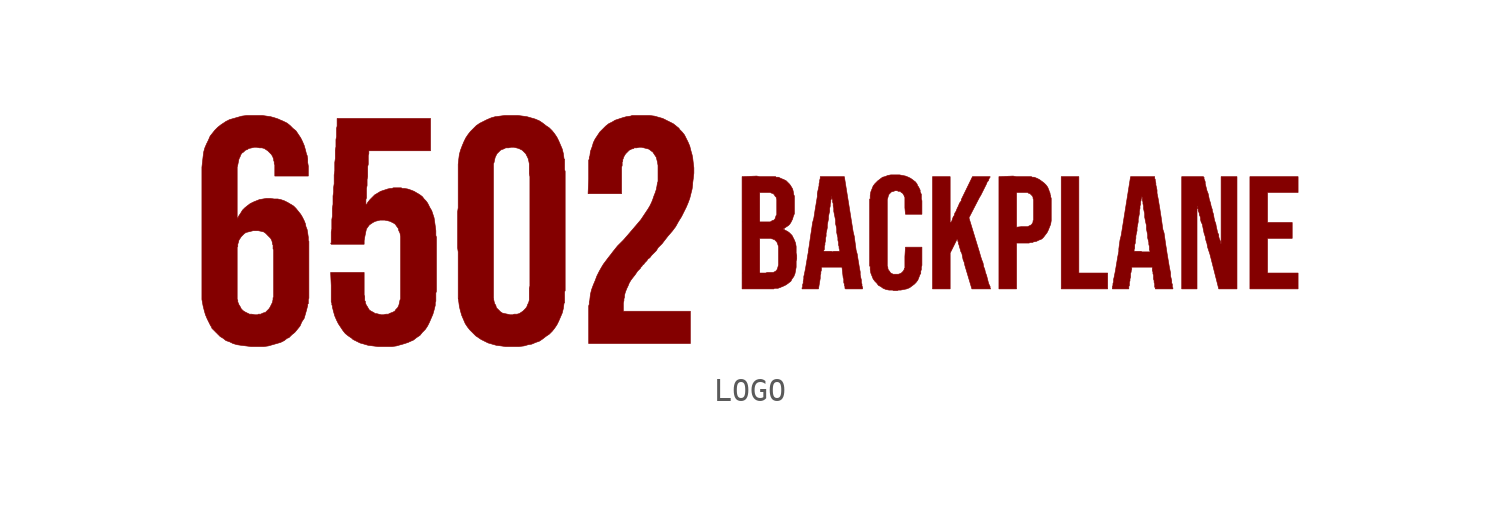
<source format=kicad_sym>
(kicad_symbol_lib
  (version 20231120)
  (generator "kicad_symbol_editor")
  (generator_version "8.0")
  (symbol "LOGO"
    (pin_names
      (offset 1.016))
    (property "Reference" "#G"
      (at 0 -4.242 0)
      (effects (font (size 1.524 1.524)) (hide yes)))
    (symbol "LOGO_0_0"
      (polyline (pts (xy 14.148 -1.803) (xy 12.903 -1.803) (xy 12.903 2.362) (xy 12.141 2.362) (xy 12.141 -2.489) (xy 14.148 -2.489) (xy 14.148 -1.803)) (stroke (width 0.025) (type solid)) (fill (type outline)))
      (polyline (pts (xy 22.377 -1.803) (xy 21.057 -1.803) (xy 21.057 -0.305) (xy 22.123 -0.305) (xy 22.123 0.381) (xy 21.057 0.381) (xy 21.057 1.676) (xy 22.377 1.676) (xy 22.377 2.362) (xy 20.295 2.362) (xy 20.295 -2.489) (xy 22.377 -2.489) (xy 22.377 -1.803)) (stroke (width 0.025) (type solid)) (fill (type outline)))
      (polyline (pts (xy 10.211 -0.508) (xy 10.744 -0.508) (xy 10.82 -0.483) (xy 10.897 -0.483) (xy 10.947 -0.457) (xy 11.074 -0.432) (xy 11.176 -0.381) (xy 11.303 -0.33) (xy 11.379 -0.254) (xy 11.532 -0.051) (xy 11.582 0.051) (xy 11.684 0.305) (xy 11.709 0.457) (xy 11.709 1.422) (xy 11.684 1.499) (xy 11.684 1.549) (xy 11.659 1.6) (xy 11.659 1.651) (xy 11.633 1.702) (xy 11.608 1.778) (xy 11.557 1.905) (xy 11.481 2.007) (xy 11.405 2.083) (xy 11.201 2.235) (xy 11.1 2.286) (xy 10.973 2.337) (xy 10.897 2.337) (xy 10.846 2.362) (xy 10.211 2.362) (xy 10.058 2.388) (xy 9.449 2.362) (xy 9.449 1.676) (xy 10.211 1.676) (xy 10.693 1.676) (xy 10.719 1.651) (xy 10.795 1.626) (xy 10.897 1.524) (xy 10.922 1.473) (xy 10.922 1.422) (xy 10.947 1.372) (xy 10.947 0.483) (xy 10.922 0.457) (xy 10.922 0.381) (xy 10.897 0.356) (xy 10.871 0.305) (xy 10.846 0.279) (xy 10.693 0.203) (xy 10.439 0.203) (xy 10.211 0.178) (xy 10.211 1.676) (xy 9.449 1.676) (xy 9.449 -2.489) (xy 10.211 -2.489) (xy 10.211 -0.508)) (stroke (width 0.025) (type solid)) (fill (type outline)))
      (polyline (pts (xy 18.009 1.067) (xy 18.034 1.067) (xy 18.034 0.991) (xy 18.059 0.965) (xy 18.059 0.889) (xy 18.085 0.838) (xy 18.11 0.762) (xy 18.11 0.711) (xy 18.136 0.66) (xy 18.161 0.584) (xy 18.161 0.508) (xy 18.186 0.406) (xy 18.237 0.305) (xy 18.313 -0.076) (xy 18.364 -0.229) (xy 18.39 -0.381) (xy 18.44 -0.533) (xy 18.466 -0.686) (xy 18.567 -0.991) (xy 18.948 -2.489) (xy 19.736 -2.489) (xy 19.736 2.362) (xy 19.05 2.362) (xy 19.05 -0.533) (xy 19.025 -0.508) (xy 19.025 -0.457) (xy 18.999 -0.381) (xy 18.974 -0.33) (xy 18.948 -0.229) (xy 18.948 -0.152) (xy 18.898 -0.051) (xy 18.872 0.076) (xy 18.847 0.178) (xy 18.821 0.33) (xy 18.771 0.457) (xy 18.745 0.584) (xy 18.72 0.737) (xy 18.669 0.889) (xy 18.669 0.94) (xy 18.618 1.092) (xy 18.593 1.219) (xy 18.542 1.372) (xy 18.491 1.626) (xy 18.44 1.753) (xy 18.364 2.057) (xy 18.364 2.134) (xy 18.339 2.21) (xy 18.313 2.261) (xy 18.313 2.337) (xy 18.288 2.337) (xy 18.288 2.362) (xy 17.348 2.362) (xy 17.348 -2.489) (xy 18.009 -2.489) (xy 18.009 1.067)) (stroke (width 0.025) (type solid)) (fill (type outline)))
      (polyline (pts (xy 7.341 -0.94) (xy 7.645 -0.33) (xy 7.671 -0.381) (xy 7.671 -0.432) (xy 7.696 -0.457) (xy 7.696 -0.533) (xy 7.722 -0.584) (xy 7.747 -0.686) (xy 7.772 -0.762) (xy 7.798 -0.864) (xy 7.849 -0.965) (xy 7.899 -1.219) (xy 7.95 -1.346) (xy 7.976 -1.473) (xy 8.28 -2.489) (xy 9.093 -2.489) (xy 9.068 -2.464) (xy 9.068 -2.388) (xy 9.017 -2.286) (xy 8.992 -2.21) (xy 8.915 -1.905) (xy 8.865 -1.778) (xy 8.839 -1.651) (xy 8.788 -1.524) (xy 8.763 -1.372) (xy 8.712 -1.245) (xy 8.661 -1.092) (xy 8.611 -0.914) (xy 8.153 0.584) (xy 8.611 1.473) (xy 8.661 1.549) (xy 8.915 2.057) (xy 8.941 2.134) (xy 8.992 2.184) (xy 9.017 2.261) (xy 9.042 2.311) (xy 9.068 2.337) (xy 9.068 2.362) (xy 8.306 2.362) (xy 7.823 1.372) (xy 7.823 1.321) (xy 7.747 1.219) (xy 7.696 1.092) (xy 7.645 0.991) (xy 7.595 0.864) (xy 7.544 0.787) (xy 7.518 0.686) (xy 7.468 0.61) (xy 7.417 0.457) (xy 7.391 0.406) (xy 7.341 0.356) (xy 7.341 2.362) (xy 6.579 2.362) (xy 6.579 -2.489) (xy 7.341 -2.489) (xy 7.341 -0.94)) (stroke (width 0.025) (type solid)) (fill (type outline)))
      (polyline (pts (xy -0.254 -2.464) (xy -0.102 -2.464) (xy 0.152 -2.362) (xy 0.254 -2.311) (xy 0.457 -2.159) (xy 0.508 -2.057) (xy 0.584 -1.956) (xy 0.635 -1.829) (xy 0.66 -1.702) (xy 0.686 -1.549) (xy 0.686 -1.295) (xy 0.711 -1.194) (xy 0.711 -1.041) (xy 0.686 -0.94) (xy 0.686 -0.66) (xy 0.66 -0.508) (xy 0.61 -0.381) (xy 0.508 -0.178) (xy 0.381 -0.051) (xy 0.305 0) (xy 0.203 0.051) (xy 0.178 0.076) (xy 0.152 0.076) (xy 0.127 0.102) (xy 0.152 0.127) (xy 0.178 0.127) (xy 0.203 0.152) (xy 0.356 0.254) (xy 0.406 0.305) (xy 0.457 0.381) (xy 0.533 0.533) (xy 0.559 0.635) (xy 0.61 0.762) (xy 0.61 1.524) (xy 0.584 1.575) (xy 0.559 1.727) (xy 0.533 1.829) (xy 0.457 1.956) (xy 0.406 2.032) (xy 0.254 2.184) (xy 0.152 2.235) (xy 0.025 2.286) (xy -0.076 2.337) (xy -0.178 2.337) (xy -0.203 2.362) (xy -0.889 2.362) (xy -1.016 2.388) (xy -1.651 2.362) (xy -1.651 0.406) (xy -0.889 0.406) (xy -0.889 1.676) (xy -0.432 1.676) (xy -0.381 1.651) (xy -0.305 1.626) (xy -0.254 1.575) (xy -0.229 1.524) (xy -0.178 1.473) (xy -0.152 1.372) (xy -0.152 0.711) (xy -0.178 0.686) (xy -0.229 0.533) (xy -0.279 0.483) (xy -0.356 0.457) (xy -0.432 0.406) (xy -0.889 0.406) (xy -1.651 0.406) (xy -1.651 -1.803) (xy -0.889 -1.803) (xy -0.889 -0.305) (xy -0.406 -0.305) (xy -0.356 -0.33) (xy -0.33 -0.33) (xy -0.279 -0.356) (xy -0.254 -0.356) (xy -0.152 -0.457) (xy -0.127 -0.508) (xy -0.076 -0.66) (xy -0.076 -1.448) (xy -0.102 -1.549) (xy -0.127 -1.626) (xy -0.152 -1.676) (xy -0.203 -1.727) (xy -0.305 -1.778) (xy -0.559 -1.778) (xy -0.635 -1.803) (xy -0.889 -1.803) (xy -1.651 -1.803) (xy -1.651 -2.489) (xy -0.279 -2.489) (xy -0.254 -2.464)) (stroke (width 0.025) (type solid)) (fill (type outline)))
      (polyline (pts (xy 5.105 -2.54) (xy 5.207 -2.54) (xy 5.461 -2.489) (xy 5.588 -2.438) (xy 5.791 -2.286) (xy 5.867 -2.21) (xy 5.944 -2.108) (xy 6.045 -1.854) (xy 6.071 -1.829) (xy 6.071 -1.727) (xy 6.096 -1.651) (xy 6.096 -1.549) (xy 6.121 -1.473) (xy 6.121 -0.686) (xy 5.41 -0.686) (xy 5.385 -1.092) (xy 5.385 -1.6) (xy 5.359 -1.6) (xy 5.359 -1.651) (xy 5.334 -1.676) (xy 5.334 -1.702) (xy 5.232 -1.803) (xy 5.182 -1.829) (xy 5.105 -1.854) (xy 4.877 -1.854) (xy 4.775 -1.803) (xy 4.75 -1.778) (xy 4.724 -1.727) (xy 4.674 -1.676) (xy 4.648 -1.6) (xy 4.648 -1.549) (xy 4.623 -1.499) (xy 4.623 1.372) (xy 4.648 1.448) (xy 4.674 1.549) (xy 4.699 1.6) (xy 4.801 1.702) (xy 4.877 1.727) (xy 4.902 1.727) (xy 4.953 1.753) (xy 5.055 1.753) (xy 5.105 1.727) (xy 5.182 1.727) (xy 5.232 1.676) (xy 5.283 1.651) (xy 5.334 1.575) (xy 5.359 1.524) (xy 5.359 1.499) (xy 5.385 1.473) (xy 5.385 1.016) (xy 5.41 0.737) (xy 6.121 0.737) (xy 6.121 1.321) (xy 6.096 1.397) (xy 6.096 1.6) (xy 6.045 1.702) (xy 6.045 1.778) (xy 5.969 1.93) (xy 5.944 1.956) (xy 5.918 2.007) (xy 5.918 2.032) (xy 5.842 2.134) (xy 5.639 2.286) (xy 5.537 2.337) (xy 5.41 2.388) (xy 5.156 2.438) (xy 4.775 2.438) (xy 4.648 2.413) (xy 4.521 2.362) (xy 4.42 2.337) (xy 4.216 2.184) (xy 4.089 2.057) (xy 4.013 1.956) (xy 3.912 1.702) (xy 3.886 1.549) (xy 3.886 1.397) (xy 3.861 1.397) (xy 3.861 -1.499) (xy 3.886 -1.524) (xy 3.886 -1.651) (xy 3.912 -1.803) (xy 4.013 -2.057) (xy 4.089 -2.159) (xy 4.166 -2.235) (xy 4.242 -2.337) (xy 4.343 -2.388) (xy 4.445 -2.464) (xy 4.572 -2.515) (xy 4.699 -2.54) (xy 4.851 -2.54) (xy 4.902 -2.565) (xy 5.055 -2.565) (xy 5.105 -2.54)) (stroke (width 0.025) (type solid)) (fill (type outline)))
      (polyline (pts (xy 1.727 -2.032) (xy 1.727 -1.905) (xy 1.753 -1.829) (xy 1.753 -1.753) (xy 1.778 -1.676) (xy 1.778 -1.549) (xy 2.667 -1.549) (xy 2.718 -2.007) (xy 2.743 -2.057) (xy 2.743 -2.21) (xy 2.769 -2.286) (xy 2.769 -2.337) (xy 2.794 -2.388) (xy 2.794 -2.464) (xy 2.819 -2.489) (xy 3.556 -2.489) (xy 3.556 -2.413) (xy 3.531 -2.362) (xy 3.531 -2.286) (xy 3.505 -2.21) (xy 3.505 -2.108) (xy 3.48 -2.007) (xy 3.454 -1.88) (xy 3.454 -1.753) (xy 3.429 -1.626) (xy 3.353 -1.168) (xy 3.327 -0.991) (xy 3.277 -0.813) (xy 3.251 -0.61) (xy 3.226 -0.432) (xy 3.2 -0.229) (xy 3.15 -0.025) (xy 2.769 2.362) (xy 1.727 2.362) (xy 1.727 2.286) (xy 1.702 2.21) (xy 1.702 2.159) (xy 1.676 2.057) (xy 1.676 1.981) (xy 1.651 1.854) (xy 1.626 1.753) (xy 1.6 1.626) (xy 1.6 1.499) (xy 1.499 0.889) (xy 1.473 0.711) (xy 1.448 0.559) (xy 1.397 0.381) (xy 1.346 0.025) (xy 1.321 -0.127) (xy 1.245 -0.66) (xy 1.219 -0.813) (xy 1.219 -0.864) (xy 1.88 -0.864) (xy 1.88 -0.813) (xy 1.905 -0.787) (xy 1.905 -0.66) (xy 1.93 -0.584) (xy 1.93 -0.508) (xy 1.956 -0.406) (xy 1.956 -0.305) (xy 1.981 -0.203) (xy 1.981 -0.076) (xy 2.007 0.025) (xy 2.032 0.152) (xy 2.032 0.279) (xy 2.083 0.533) (xy 2.083 0.635) (xy 2.108 0.762) (xy 2.134 0.864) (xy 2.134 0.991) (xy 2.159 1.092) (xy 2.159 1.168) (xy 2.184 1.27) (xy 2.184 1.346) (xy 2.21 1.397) (xy 2.21 1.524) (xy 2.235 1.524) (xy 2.235 1.422) (xy 2.261 1.346) (xy 2.261 1.27) (xy 2.286 1.194) (xy 2.286 1.092) (xy 2.311 0.991) (xy 2.311 0.864) (xy 2.388 0.483) (xy 2.388 0.33) (xy 2.413 0.229) (xy 2.438 0.102) (xy 2.438 -0.051) (xy 2.464 -0.178) (xy 2.489 -0.279) (xy 2.489 -0.381) (xy 2.515 -0.483) (xy 2.515 -0.584) (xy 2.54 -0.66) (xy 2.54 -0.737) (xy 2.565 -0.787) (xy 2.565 -0.864) (xy 2.311 -0.864) (xy 2.235 -0.889) (xy 2.21 -0.864) (xy 1.88 -0.864) (xy 1.219 -0.864) (xy 1.194 -0.991) (xy 1.092 -1.6) (xy 1.041 -1.854) (xy 1.016 -1.956) (xy 1.016 -2.057) (xy 0.991 -2.159) (xy 0.991 -2.235) (xy 0.965 -2.311) (xy 0.965 -2.413) (xy 0.94 -2.438) (xy 0.94 -2.489) (xy 1.651 -2.489) (xy 1.727 -2.032)) (stroke (width 0.025) (type solid)) (fill (type outline)))
      (polyline (pts (xy 15.062 -2.388) (xy 15.088 -2.337) (xy 15.088 -2.21) (xy 15.113 -2.134) (xy 15.113 -2.057) (xy 15.138 -1.981) (xy 15.138 -1.829) (xy 15.164 -1.753) (xy 15.164 -1.702) (xy 15.189 -1.651) (xy 15.189 -1.549) (xy 16.078 -1.549) (xy 16.078 -1.702) (xy 16.104 -1.753) (xy 16.104 -1.829) (xy 16.129 -1.905) (xy 16.129 -2.057) (xy 16.154 -2.134) (xy 16.154 -2.21) (xy 16.18 -2.261) (xy 16.18 -2.413) (xy 16.205 -2.438) (xy 16.205 -2.489) (xy 16.967 -2.489) (xy 16.967 -2.438) (xy 16.942 -2.413) (xy 16.942 -2.286) (xy 16.916 -2.235) (xy 16.916 -2.134) (xy 16.866 -1.93) (xy 16.866 -1.803) (xy 16.815 -1.549) (xy 16.713 -0.94) (xy 16.688 -0.762) (xy 16.662 -0.61) (xy 16.586 -0.076) (xy 16.535 0.076) (xy 16.459 0.61) (xy 16.434 0.762) (xy 16.408 0.94) (xy 16.332 1.397) (xy 16.281 1.651) (xy 16.281 1.778) (xy 16.256 1.905) (xy 16.231 2.007) (xy 16.231 2.083) (xy 16.205 2.184) (xy 16.205 2.235) (xy 16.18 2.286) (xy 16.18 2.362) (xy 15.138 2.362) (xy 14.757 -0.025) (xy 14.732 -0.178) (xy 14.681 -0.381) (xy 14.656 -0.559) (xy 14.63 -0.762) (xy 14.63 -0.864) (xy 15.291 -0.864) (xy 15.291 -0.787) (xy 15.316 -0.737) (xy 15.316 -0.584) (xy 15.342 -0.508) (xy 15.342 -0.406) (xy 15.367 -0.305) (xy 15.367 -0.203) (xy 15.392 -0.076) (xy 15.418 0.025) (xy 15.418 0.152) (xy 15.469 0.406) (xy 15.469 0.533) (xy 15.494 0.635) (xy 15.519 0.762) (xy 15.519 0.864) (xy 15.545 0.991) (xy 15.545 1.092) (xy 15.57 1.168) (xy 15.57 1.27) (xy 15.596 1.346) (xy 15.596 1.397) (xy 15.621 1.448) (xy 15.621 1.499) (xy 15.646 1.473) (xy 15.646 1.346) (xy 15.672 1.27) (xy 15.672 1.194) (xy 15.697 1.092) (xy 15.697 0.991) (xy 15.723 0.864) (xy 15.748 0.762) (xy 15.748 0.61) (xy 15.799 0.356) (xy 15.824 0.254) (xy 15.824 0.102) (xy 15.875 -0.152) (xy 15.875 -0.279) (xy 15.926 -0.483) (xy 15.926 -0.559) (xy 15.951 -0.66) (xy 15.951 -0.813) (xy 15.977 -0.838) (xy 15.977 -0.889) (xy 15.621 -0.889) (xy 15.596 -0.864) (xy 15.291 -0.864) (xy 14.63 -0.864) (xy 14.58 -1.118) (xy 14.478 -1.727) (xy 14.427 -1.981) (xy 14.402 -2.083) (xy 14.402 -2.184) (xy 14.376 -2.261) (xy 14.376 -2.337) (xy 14.351 -2.388) (xy 14.351 -2.489) (xy 15.062 -2.489) (xy 15.062 -2.388)) (stroke (width 0.025) (type solid)) (fill (type outline)))
      (polyline (pts (xy -11.074 -4.953) (xy -10.897 -4.902) (xy -10.744 -4.877) (xy -10.566 -4.801) (xy -10.414 -4.75) (xy -10.262 -4.648) (xy -10.135 -4.547) (xy -9.982 -4.445) (xy -9.855 -4.318) (xy -9.754 -4.191) (xy -9.652 -4.039) (xy -9.576 -3.886) (xy -9.423 -3.531) (xy -9.373 -3.327) (xy -9.347 -3.124) (xy -9.347 -3.099) (xy -9.322 -3.099) (xy -9.322 -2.616) (xy -9.296 -2.565) (xy -9.296 2.591) (xy -9.322 2.667) (xy -9.322 3.124) (xy -9.347 3.124) (xy -9.347 3.15) (xy -9.373 3.353) (xy -9.423 3.556) (xy -9.576 3.912) (xy -9.652 4.064) (xy -9.754 4.216) (xy -9.855 4.343) (xy -9.982 4.47) (xy -10.135 4.572) (xy -10.262 4.674) (xy -10.414 4.775) (xy -10.592 4.851) (xy -10.947 4.953) (xy -11.125 4.978) (xy -11.328 5.004) (xy -11.913 5.004) (xy -12.116 4.978) (xy -12.294 4.953) (xy -12.319 4.953) (xy -12.497 4.902) (xy -12.675 4.826) (xy -12.979 4.674) (xy -13.132 4.572) (xy -13.386 4.318) (xy -13.487 4.191) (xy -13.589 4.039) (xy -13.665 3.886) (xy -13.741 3.708) (xy -13.818 3.505) (xy -13.868 3.327) (xy -13.894 3.124) (xy -13.919 2.896) (xy -13.919 1.016) (xy -13.945 0.838) (xy -13.945 -0.711) (xy -13.919 -0.889) (xy -13.919 -2.87) (xy -13.919 -2.896) (xy -12.395 -2.896) (xy -12.395 2.921) (xy -12.37 2.972) (xy -12.344 3.099) (xy -12.319 3.2) (xy -12.243 3.353) (xy -12.09 3.505) (xy -12.04 3.531) (xy -11.963 3.556) (xy -11.862 3.607) (xy -11.735 3.607) (xy -11.633 3.632) (xy -11.506 3.632) (xy -11.303 3.581) (xy -11.151 3.505) (xy -10.998 3.353) (xy -10.897 3.15) (xy -10.871 3.048) (xy -10.846 2.921) (xy -10.846 2.489) (xy -10.82 2.362) (xy -10.82 -2.362) (xy -10.846 -2.464) (xy -10.846 -2.972) (xy -10.871 -3.073) (xy -10.922 -3.175) (xy -10.947 -3.251) (xy -10.998 -3.327) (xy -11.125 -3.454) (xy -11.278 -3.556) (xy -11.379 -3.581) (xy -11.506 -3.581) (xy -11.557 -3.607) (xy -11.684 -3.607) (xy -11.786 -3.581) (xy -11.913 -3.556) (xy -12.014 -3.531) (xy -12.09 -3.48) (xy -12.268 -3.302) (xy -12.294 -3.2) (xy -12.344 -3.124) (xy -12.37 -3.023) (xy -12.395 -2.896) (xy -13.919 -2.896) (xy -13.894 -3.048) (xy -13.868 -3.251) (xy -13.818 -3.454) (xy -13.767 -3.632) (xy -13.614 -3.988) (xy -13.513 -4.14) (xy -13.411 -4.267) (xy -13.157 -4.521) (xy -12.929 -4.674) (xy -12.624 -4.826) (xy -12.268 -4.928) (xy -12.065 -4.953) (xy -11.887 -4.978) (xy -11.278 -4.978) (xy -11.074 -4.953)) (stroke (width 0.025) (type solid)) (fill (type outline)))
      (polyline (pts (xy -3.886 -3.454) (xy -6.782 -3.454) (xy -6.782 -3.099) (xy -6.756 -2.997) (xy -6.756 -2.921) (xy -6.731 -2.845) (xy -6.731 -2.769) (xy -6.706 -2.667) (xy -6.68 -2.591) (xy -6.629 -2.464) (xy -6.579 -2.362) (xy -6.528 -2.235) (xy -6.452 -2.108) (xy -6.375 -2.007) (xy -6.274 -1.88) (xy -6.172 -1.727) (xy -6.045 -1.6) (xy -6.02 -1.549) (xy -5.969 -1.499) (xy -5.944 -1.448) (xy -5.893 -1.422) (xy -5.867 -1.372) (xy -5.766 -1.27) (xy -5.715 -1.194) (xy -5.639 -1.143) (xy -5.563 -1.041) (xy -5.359 -0.838) (xy -5.283 -0.711) (xy -5.105 -0.533) (xy -5.029 -0.432) (xy -4.851 -0.203) (xy -4.674 0) (xy -4.521 0.203) (xy -4.394 0.432) (xy -4.267 0.635) (xy -4.064 1.041) (xy -3.988 1.219) (xy -3.912 1.422) (xy -3.81 1.829) (xy -3.785 2.032) (xy -3.785 2.083) (xy -3.759 2.286) (xy -3.734 2.515) (xy -3.734 2.743) (xy -3.759 2.946) (xy -3.785 3.175) (xy -3.81 3.302) (xy -3.861 3.48) (xy -3.912 3.683) (xy -3.988 3.861) (xy -4.14 4.166) (xy -4.242 4.293) (xy -4.369 4.42) (xy -4.369 4.445) (xy -4.623 4.648) (xy -5.08 4.877) (xy -5.436 4.978) (xy -5.639 5.004) (xy -6.401 5.004) (xy -6.477 4.978) (xy -6.655 4.953) (xy -6.833 4.902) (xy -7.137 4.801) (xy -7.264 4.724) (xy -7.417 4.648) (xy -7.544 4.547) (xy -7.798 4.293) (xy -8.001 3.988) (xy -8.077 3.835) (xy -8.128 3.658) (xy -8.204 3.454) (xy -8.23 3.251) (xy -8.255 3.2) (xy -8.255 3.124) (xy -8.28 3.073) (xy -8.28 2.261) (xy -8.306 1.626) (xy -6.858 1.626) (xy -6.858 2.769) (xy -6.833 2.845) (xy -6.833 2.997) (xy -6.807 3.023) (xy -6.807 3.099) (xy -6.782 3.15) (xy -6.782 3.175) (xy -6.731 3.277) (xy -6.68 3.353) (xy -6.528 3.505) (xy -6.426 3.556) (xy -6.325 3.581) (xy -6.325 3.607) (xy -6.198 3.607) (xy -6.096 3.632) (xy -5.994 3.632) (xy -5.69 3.556) (xy -5.613 3.505) (xy -5.588 3.48) (xy -5.512 3.429) (xy -5.359 3.2) (xy -5.309 2.997) (xy -5.283 2.845) (xy -5.283 2.159) (xy -5.309 2.083) (xy -5.334 1.93) (xy -5.359 1.803) (xy -5.41 1.651) (xy -5.461 1.524) (xy -5.512 1.372) (xy -5.563 1.245) (xy -5.639 1.092) (xy -5.715 0.965) (xy -6.02 0.508) (xy -6.147 0.356) (xy -6.604 -0.178) (xy -6.782 -0.381) (xy -7.036 -0.635) (xy -7.239 -0.889) (xy -7.315 -0.991) (xy -7.417 -1.118) (xy -7.645 -1.422) (xy -7.722 -1.549) (xy -7.823 -1.727) (xy -7.925 -1.93) (xy -8.001 -2.134) (xy -8.077 -2.311) (xy -8.153 -2.515) (xy -8.204 -2.718) (xy -8.23 -2.946) (xy -8.23 -2.972) (xy -8.255 -3.048) (xy -8.255 -3.15) (xy -8.28 -3.226) (xy -8.28 -4.851) (xy -3.886 -4.851) (xy -3.886 -3.454)) (stroke (width 0.025) (type solid)) (fill (type outline)))
      (polyline (pts (xy -16.586 -4.953) (xy -16.231 -4.851) (xy -16.078 -4.801) (xy -16.027 -4.775) (xy -15.85 -4.699) (xy -15.723 -4.597) (xy -15.57 -4.496) (xy -15.469 -4.369) (xy -15.342 -4.242) (xy -15.24 -4.089) (xy -15.164 -3.937) (xy -15.011 -3.581) (xy -14.961 -3.404) (xy -14.91 -3.2) (xy -14.91 -3.073) (xy -14.884 -3.023) (xy -14.884 -2.667) (xy -14.859 -2.591) (xy -14.859 -0.254) (xy -14.884 -0.178) (xy -14.884 0.025) (xy -14.91 0.229) (xy -14.961 0.584) (xy -15.062 0.889) (xy -15.138 1.016) (xy -15.24 1.219) (xy -15.316 1.321) (xy -15.392 1.397) (xy -15.469 1.499) (xy -15.57 1.575) (xy -15.824 1.727) (xy -15.951 1.778) (xy -16.104 1.829) (xy -16.256 1.854) (xy -16.332 1.854) (xy -16.383 1.88) (xy -16.713 1.88) (xy -16.789 1.854) (xy -16.84 1.854) (xy -16.967 1.829) (xy -17.272 1.727) (xy -17.526 1.575) (xy -17.729 1.372) (xy -17.831 1.245) (xy -17.856 1.194) (xy -17.882 1.168) (xy -17.907 1.168) (xy -17.907 1.372) (xy -17.882 1.448) (xy -17.882 1.854) (xy -17.856 1.981) (xy -17.856 2.235) (xy -17.831 2.362) (xy -17.831 2.794) (xy -17.805 2.896) (xy -17.805 3.277) (xy -17.78 3.353) (xy -17.78 3.48) (xy -15.113 3.48) (xy -15.113 4.877) (xy -19.152 4.877) (xy -19.152 4.547) (xy -19.177 4.445) (xy -19.177 4.089) (xy -19.202 3.962) (xy -19.202 3.658) (xy -19.228 3.505) (xy -19.228 3.15) (xy -19.253 2.972) (xy -19.253 2.616) (xy -19.279 2.438) (xy -19.279 2.057) (xy -19.304 1.88) (xy -19.304 1.702) (xy -19.329 1.524) (xy -19.329 1.168) (xy -19.355 0.991) (xy -19.355 0.66) (xy -19.38 0.508) (xy -19.38 0.102) (xy -19.406 -0.025) (xy -19.406 -0.508) (xy -19.431 -0.508) (xy -19.406 -0.559) (xy -17.983 -0.559) (xy -17.983 -0.406) (xy -17.958 -0.254) (xy -17.907 0) (xy -17.882 0.102) (xy -17.831 0.178) (xy -17.755 0.279) (xy -17.602 0.381) (xy -17.501 0.432) (xy -17.297 0.483) (xy -17.094 0.483) (xy -16.967 0.457) (xy -16.866 0.432) (xy -16.713 0.356) (xy -16.637 0.305) (xy -16.586 0.229) (xy -16.51 0.127) (xy -16.485 0.025) (xy -16.434 -0.076) (xy -16.408 -0.229) (xy -16.408 -2.921) (xy -16.434 -2.972) (xy -16.459 -3.099) (xy -16.485 -3.2) (xy -16.535 -3.302) (xy -16.612 -3.378) (xy -16.662 -3.454) (xy -16.764 -3.505) (xy -16.84 -3.531) (xy -16.942 -3.581) (xy -17.043 -3.581) (xy -17.145 -3.607) (xy -17.247 -3.607) (xy -17.45 -3.556) (xy -17.501 -3.556) (xy -17.577 -3.505) (xy -17.678 -3.454) (xy -17.755 -3.404) (xy -17.805 -3.327) (xy -17.831 -3.277) (xy -17.882 -3.2) (xy -17.907 -3.15) (xy -17.932 -3.073) (xy -17.932 -3.023) (xy -17.958 -2.997) (xy -17.958 -2.819) (xy -17.983 -2.743) (xy -17.983 -1.778) (xy -19.431 -1.778) (xy -19.406 -2.337) (xy -19.406 -3.048) (xy -19.38 -3.099) (xy -19.38 -3.175) (xy -19.355 -3.226) (xy -19.355 -3.277) (xy -19.304 -3.48) (xy -19.253 -3.658) (xy -19.177 -3.835) (xy -19.101 -3.988) (xy -18.898 -4.293) (xy -18.796 -4.42) (xy -18.669 -4.521) (xy -18.517 -4.623) (xy -18.466 -4.674) (xy -18.161 -4.826) (xy -17.805 -4.928) (xy -17.399 -4.978) (xy -16.764 -4.978) (xy -16.586 -4.953)) (stroke (width 0.025) (type solid)) (fill (type outline)))
      (polyline (pts (xy -22.123 -4.953) (xy -21.59 -4.801) (xy -21.438 -4.724) (xy -21.311 -4.623) (xy -21.234 -4.597) (xy -21.107 -4.47) (xy -20.98 -4.369) (xy -20.853 -4.216) (xy -20.752 -4.089) (xy -20.676 -3.912) (xy -20.574 -3.759) (xy -20.472 -3.404) (xy -20.422 -3.2) (xy -20.422 -3.15) (xy -20.396 -3.124) (xy -20.396 -2.946) (xy -20.371 -2.896) (xy -20.371 -0.432) (xy -20.396 -0.406) (xy -20.396 -0.254) (xy -20.422 -0.076) (xy -20.447 0.076) (xy -20.498 0.203) (xy -20.523 0.33) (xy -20.574 0.457) (xy -20.65 0.61) (xy -20.726 0.737) (xy -20.93 0.991) (xy -21.031 1.092) (xy -21.285 1.245) (xy -21.438 1.321) (xy -21.59 1.372) (xy -21.717 1.397) (xy -21.869 1.397) (xy -22.047 1.422) (xy -22.2 1.422) (xy -22.504 1.372) (xy -22.758 1.27) (xy -22.911 1.194) (xy -23.012 1.118) (xy -23.139 1.016) (xy -23.241 0.914) (xy -23.317 0.787) (xy -23.419 0.635) (xy -23.419 0.61) (xy -23.47 0.559) (xy -23.47 2.769) (xy -23.444 2.87) (xy -23.393 3.124) (xy -23.343 3.226) (xy -23.317 3.302) (xy -23.266 3.378) (xy -23.19 3.429) (xy -23.114 3.505) (xy -23.038 3.531) (xy -22.962 3.581) (xy -22.835 3.607) (xy -22.733 3.632) (xy -22.631 3.632) (xy -22.504 3.607) (xy -22.403 3.607) (xy -22.301 3.581) (xy -22.149 3.48) (xy -21.996 3.327) (xy -21.946 3.251) (xy -21.895 3.124) (xy -21.895 3.073) (xy -21.869 2.997) (xy -21.869 2.921) (xy -21.844 2.87) (xy -21.844 2.388) (xy -20.396 2.388) (xy -20.396 2.819) (xy -20.422 2.972) (xy -20.422 3.124) (xy -20.447 3.277) (xy -20.472 3.327) (xy -20.523 3.531) (xy -20.574 3.708) (xy -20.65 3.886) (xy -20.726 4.039) (xy -20.93 4.343) (xy -21.057 4.445) (xy -21.184 4.572) (xy -21.311 4.674) (xy -21.463 4.75) (xy -21.641 4.826) (xy -21.692 4.851) (xy -21.844 4.902) (xy -22.022 4.953) (xy -22.377 5.004) (xy -23.063 5.004) (xy -23.266 4.978) (xy -23.8 4.826) (xy -23.952 4.75) (xy -24.181 4.597) (xy -24.308 4.496) (xy -24.435 4.369) (xy -24.638 4.115) (xy -24.714 3.937) (xy -24.79 3.785) (xy -24.867 3.607) (xy -24.917 3.429) (xy -24.943 3.226) (xy -24.994 2.769) (xy -24.994 -2.819) (xy -24.994 -2.946) (xy -23.47 -2.946) (xy -23.47 -0.686) (xy -23.444 -0.66) (xy -23.444 -0.559) (xy -23.419 -0.483) (xy -23.393 -0.381) (xy -23.292 -0.229) (xy -23.165 -0.102) (xy -23.089 -0.051) (xy -22.784 0.025) (xy -22.555 0.025) (xy -22.428 0) (xy -22.327 -0.025) (xy -22.25 -0.076) (xy -22.022 -0.305) (xy -21.971 -0.406) (xy -21.946 -0.508) (xy -21.946 -0.559) (xy -21.92 -0.584) (xy -21.92 -0.762) (xy -21.895 -0.787) (xy -21.895 -2.845) (xy -21.92 -2.87) (xy -21.92 -2.946) (xy -21.946 -3.073) (xy -22.047 -3.277) (xy -22.098 -3.353) (xy -22.25 -3.505) (xy -22.352 -3.531) (xy -22.454 -3.581) (xy -22.555 -3.581) (xy -22.581 -3.607) (xy -22.708 -3.607) (xy -22.835 -3.581) (xy -22.936 -3.581) (xy -23.139 -3.48) (xy -23.216 -3.429) (xy -23.292 -3.353) (xy -23.343 -3.251) (xy -23.393 -3.175) (xy -23.444 -3.048) (xy -23.444 -2.972) (xy -23.47 -2.946) (xy -24.994 -2.946) (xy -24.943 -3.226) (xy -24.892 -3.429) (xy -24.841 -3.607) (xy -24.765 -3.785) (xy -24.613 -4.089) (xy -24.587 -4.115) (xy -24.562 -4.191) (xy -24.206 -4.547) (xy -24.079 -4.623) (xy -23.952 -4.724) (xy -23.8 -4.775) (xy -23.647 -4.851) (xy -23.47 -4.902) (xy -23.292 -4.928) (xy -22.885 -4.978) (xy -22.301 -4.978) (xy -22.123 -4.953)) (stroke (width 0.025) (type solid)) (fill (type outline))))))
</source>
